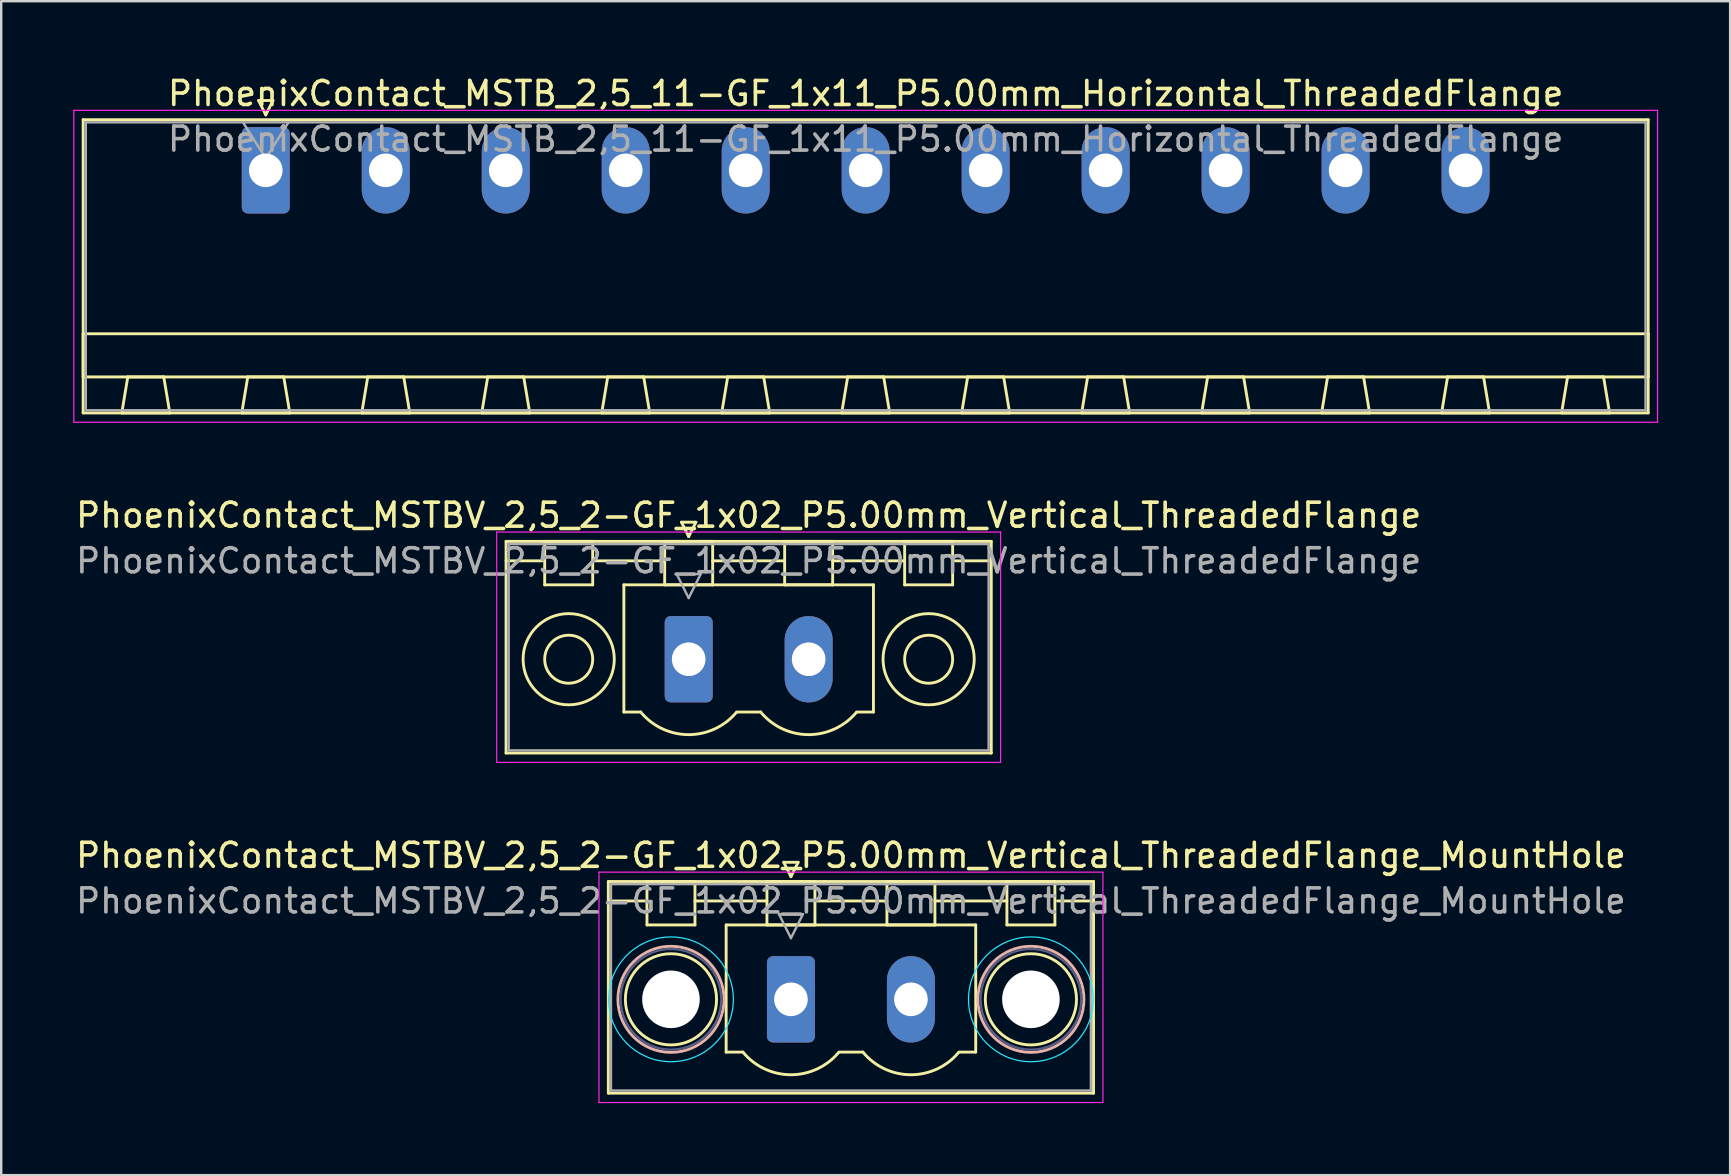
<source format=kicad_pcb>
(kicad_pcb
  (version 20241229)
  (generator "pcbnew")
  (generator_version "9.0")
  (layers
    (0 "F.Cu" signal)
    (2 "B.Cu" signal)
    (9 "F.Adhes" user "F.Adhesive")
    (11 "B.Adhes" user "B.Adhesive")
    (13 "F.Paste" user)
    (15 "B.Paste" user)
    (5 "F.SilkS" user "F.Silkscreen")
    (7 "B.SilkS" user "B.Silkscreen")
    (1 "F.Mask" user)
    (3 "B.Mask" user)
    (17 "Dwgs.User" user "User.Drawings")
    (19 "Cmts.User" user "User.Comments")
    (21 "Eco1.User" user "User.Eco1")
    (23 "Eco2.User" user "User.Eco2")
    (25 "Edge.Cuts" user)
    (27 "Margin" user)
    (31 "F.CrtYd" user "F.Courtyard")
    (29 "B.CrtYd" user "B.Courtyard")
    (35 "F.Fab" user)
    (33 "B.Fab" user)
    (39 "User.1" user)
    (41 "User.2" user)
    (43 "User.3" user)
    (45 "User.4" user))
  (footprint "PhoenixContact_MSTB_2,5_11-GF_1x11_P5.00mm_Horizontal_ThreadedFlange"
    (layer "F.Cu")
    (at 8.025 4.048)
    (property "Reference" "PhoenixContact_MSTB_2,5_11-GF_1x11_P5.00mm_Horizontal_ThreadedFlange" (at 25 -3.2 0) (layer "F.SilkS") (effects (font (size 1 1) (thickness 0.15))))
    (attr through_hole)
    (fp_line (start -7.61 -2.11) (end -7.61 10.11) (stroke (width 0.12) (type solid)) (layer "F.SilkS"))
    (fp_line (start -7.61 6.81) (end 57.61 6.81) (stroke (width 0.12) (type solid)) (layer "F.SilkS"))
    (fp_line (start -7.61 8.61) (end -7.61 6.81) (stroke (width 0.12) (type solid)) (layer "F.SilkS"))
    (fp_line (start -7.61 10.11) (end 57.61 10.11) (stroke (width 0.12) (type solid)) (layer "F.SilkS"))
    (fp_line (start -6 10.11) (end -4 10.11) (stroke (width 0.12) (type solid)) (layer "F.SilkS"))
    (fp_line (start -5.75 8.61) (end -6 10.11) (stroke (width 0.12) (type solid)) (layer "F.SilkS"))
    (fp_line (start -4.25 8.61) (end -5.75 8.61) (stroke (width 0.12) (type solid)) (layer "F.SilkS"))
    (fp_line (start -4 10.11) (end -4.25 8.61) (stroke (width 0.12) (type solid)) (layer "F.SilkS"))
    (fp_line (start -1 10.11) (end 1 10.11) (stroke (width 0.12) (type solid)) (layer "F.SilkS"))
    (fp_line (start -0.75 8.61) (end -1 10.11) (stroke (width 0.12) (type solid)) (layer "F.SilkS"))
    (fp_line (start -0.3 -2.91) (end 0.3 -2.91) (stroke (width 0.12) (type solid)) (layer "F.SilkS"))
    (fp_line (start 0 -2.31) (end -0.3 -2.91) (stroke (width 0.12) (type solid)) (layer "F.SilkS"))
    (fp_line (start 0.3 -2.91) (end 0 -2.31) (stroke (width 0.12) (type solid)) (layer "F.SilkS"))
    (fp_line (start 0.75 8.61) (end -0.75 8.61) (stroke (width 0.12) (type solid)) (layer "F.SilkS"))
    (fp_line (start 1 10.11) (end 0.75 8.61) (stroke (width 0.12) (type solid)) (layer "F.SilkS"))
    (fp_line (start 4 10.11) (end 6 10.11) (stroke (width 0.12) (type solid)) (layer "F.SilkS"))
    (fp_line (start 4.25 8.61) (end 4 10.11) (stroke (width 0.12) (type solid)) (layer "F.SilkS"))
    (fp_line (start 5.75 8.61) (end 4.25 8.61) (stroke (width 0.12) (type solid)) (layer "F.SilkS"))
    (fp_line (start 6 10.11) (end 5.75 8.61) (stroke (width 0.12) (type solid)) (layer "F.SilkS"))
    (fp_line (start 9 10.11) (end 11 10.11) (stroke (width 0.12) (type solid)) (layer "F.SilkS"))
    (fp_line (start 9.25 8.61) (end 9 10.11) (stroke (width 0.12) (type solid)) (layer "F.SilkS"))
    (fp_line (start 10.75 8.61) (end 9.25 8.61) (stroke (width 0.12) (type solid)) (layer "F.SilkS"))
    (fp_line (start 11 10.11) (end 10.75 8.61) (stroke (width 0.12) (type solid)) (layer "F.SilkS"))
    (fp_line (start 14 10.11) (end 16 10.11) (stroke (width 0.12) (type solid)) (layer "F.SilkS"))
    (fp_line (start 14.25 8.61) (end 14 10.11) (stroke (width 0.12) (type solid)) (layer "F.SilkS"))
    (fp_line (start 15.75 8.61) (end 14.25 8.61) (stroke (width 0.12) (type solid)) (layer "F.SilkS"))
    (fp_line (start 16 10.11) (end 15.75 8.61) (stroke (width 0.12) (type solid)) (layer "F.SilkS"))
    (fp_line (start 19 10.11) (end 21 10.11) (stroke (width 0.12) (type solid)) (layer "F.SilkS"))
    (fp_line (start 19.25 8.61) (end 19 10.11) (stroke (width 0.12) (type solid)) (layer "F.SilkS"))
    (fp_line (start 20.75 8.61) (end 19.25 8.61) (stroke (width 0.12) (type solid)) (layer "F.SilkS"))
    (fp_line (start 21 10.11) (end 20.75 8.61) (stroke (width 0.12) (type solid)) (layer "F.SilkS"))
    (fp_line (start 24 10.11) (end 26 10.11) (stroke (width 0.12) (type solid)) (layer "F.SilkS"))
    (fp_line (start 24.25 8.61) (end 24 10.11) (stroke (width 0.12) (type solid)) (layer "F.SilkS"))
    (fp_line (start 25.75 8.61) (end 24.25 8.61) (stroke (width 0.12) (type solid)) (layer "F.SilkS"))
    (fp_line (start 26 10.11) (end 25.75 8.61) (stroke (width 0.12) (type solid)) (layer "F.SilkS"))
    (fp_line (start 29 10.11) (end 31 10.11) (stroke (width 0.12) (type solid)) (layer "F.SilkS"))
    (fp_line (start 29.25 8.61) (end 29 10.11) (stroke (width 0.12) (type solid)) (layer "F.SilkS"))
    (fp_line (start 30.75 8.61) (end 29.25 8.61) (stroke (width 0.12) (type solid)) (layer "F.SilkS"))
    (fp_line (start 31 10.11) (end 30.75 8.61) (stroke (width 0.12) (type solid)) (layer "F.SilkS"))
    (fp_line (start 34 10.11) (end 36 10.11) (stroke (width 0.12) (type solid)) (layer "F.SilkS"))
    (fp_line (start 34.25 8.61) (end 34 10.11) (stroke (width 0.12) (type solid)) (layer "F.SilkS"))
    (fp_line (start 35.75 8.61) (end 34.25 8.61) (stroke (width 0.12) (type solid)) (layer "F.SilkS"))
    (fp_line (start 36 10.11) (end 35.75 8.61) (stroke (width 0.12) (type solid)) (layer "F.SilkS"))
    (fp_line (start 39 10.11) (end 41 10.11) (stroke (width 0.12) (type solid)) (layer "F.SilkS"))
    (fp_line (start 39.25 8.61) (end 39 10.11) (stroke (width 0.12) (type solid)) (layer "F.SilkS"))
    (fp_line (start 40.75 8.61) (end 39.25 8.61) (stroke (width 0.12) (type solid)) (layer "F.SilkS"))
    (fp_line (start 41 10.11) (end 40.75 8.61) (stroke (width 0.12) (type solid)) (layer "F.SilkS"))
    (fp_line (start 44 10.11) (end 46 10.11) (stroke (width 0.12) (type solid)) (layer "F.SilkS"))
    (fp_line (start 44.25 8.61) (end 44 10.11) (stroke (width 0.12) (type solid)) (layer "F.SilkS"))
    (fp_line (start 45.75 8.61) (end 44.25 8.61) (stroke (width 0.12) (type solid)) (layer "F.SilkS"))
    (fp_line (start 46 10.11) (end 45.75 8.61) (stroke (width 0.12) (type solid)) (layer "F.SilkS"))
    (fp_line (start 49 10.11) (end 51 10.11) (stroke (width 0.12) (type solid)) (layer "F.SilkS"))
    (fp_line (start 49.25 8.61) (end 49 10.11) (stroke (width 0.12) (type solid)) (layer "F.SilkS"))
    (fp_line (start 50.75 8.61) (end 49.25 8.61) (stroke (width 0.12) (type solid)) (layer "F.SilkS"))
    (fp_line (start 51 10.11) (end 50.75 8.61) (stroke (width 0.12) (type solid)) (layer "F.SilkS"))
    (fp_line (start 54 10.11) (end 56 10.11) (stroke (width 0.12) (type solid)) (layer "F.SilkS"))
    (fp_line (start 54.25 8.61) (end 54 10.11) (stroke (width 0.12) (type solid)) (layer "F.SilkS"))
    (fp_line (start 55.75 8.61) (end 54.25 8.61) (stroke (width 0.12) (type solid)) (layer "F.SilkS"))
    (fp_line (start 56 10.11) (end 55.75 8.61) (stroke (width 0.12) (type solid)) (layer "F.SilkS"))
    (fp_line (start 57.61 -2.11) (end -7.61 -2.11) (stroke (width 0.12) (type solid)) (layer "F.SilkS"))
    (fp_line (start 57.61 6.81) (end 57.61 8.61) (stroke (width 0.12) (type solid)) (layer "F.SilkS"))
    (fp_line (start 57.61 8.61) (end -7.61 8.61) (stroke (width 0.12) (type solid)) (layer "F.SilkS"))
    (fp_line (start 57.61 10.11) (end 57.61 -2.11) (stroke (width 0.12) (type solid)) (layer "F.SilkS"))
    (fp_line (start -8 -2.5) (end -8 10.5) (stroke (width 0.05) (type solid)) (layer "F.CrtYd"))
    (fp_line (start -8 10.5) (end 58 10.5) (stroke (width 0.05) (type solid)) (layer "F.CrtYd"))
    (fp_line (start 58 -2.5) (end -8 -2.5) (stroke (width 0.05) (type solid)) (layer "F.CrtYd"))
    (fp_line (start 58 10.5) (end 58 -2.5) (stroke (width 0.05) (type solid)) (layer "F.CrtYd"))
    (fp_line (start -7.5 -2) (end -7.5 10) (stroke (width 0.1) (type solid)) (layer "F.Fab"))
    (fp_line (start -7.5 10) (end 57.5 10) (stroke (width 0.1) (type solid)) (layer "F.Fab"))
    (fp_line (start 0 -0.5) (end -0.95 -2) (stroke (width 0.1) (type solid)) (layer "F.Fab"))
    (fp_line (start 0.95 -2) (end 0 -0.5) (stroke (width 0.1) (type solid)) (layer "F.Fab"))
    (fp_line (start 57.5 -2) (end -7.5 -2) (stroke (width 0.1) (type solid)) (layer "F.Fab"))
    (fp_line (start 57.5 10) (end 57.5 -2) (stroke (width 0.1) (type solid)) (layer "F.Fab"))
    (fp_text user "${REFERENCE}" (at 25 -1.3 0) (layer "F.Fab") (effects (font (size 1 1) (thickness 0.15))))
    (pad "1" thru_hole roundrect (at 0 0) (size 2 3.6) (drill 1.4) (layers "*.Cu" "*.Mask") (roundrect_rratio 0.125))
    (pad "2" thru_hole oval (at 5 0) (size 2 3.6) (drill 1.4) (layers "*.Cu" "*.Mask"))
    (pad "3" thru_hole oval (at 10 0) (size 2 3.6) (drill 1.4) (layers "*.Cu" "*.Mask"))
    (pad "4" thru_hole oval (at 15 0) (size 2 3.6) (drill 1.4) (layers "*.Cu" "*.Mask"))
    (pad "5" thru_hole oval (at 20 0) (size 2 3.6) (drill 1.4) (layers "*.Cu" "*.Mask"))
    (pad "6" thru_hole oval (at 25 0) (size 2 3.6) (drill 1.4) (layers "*.Cu" "*.Mask"))
    (pad "7" thru_hole oval (at 30 0) (size 2 3.6) (drill 1.4) (layers "*.Cu" "*.Mask"))
    (pad "8" thru_hole oval (at 35 0) (size 2 3.6) (drill 1.4) (layers "*.Cu" "*.Mask"))
    (pad "9" thru_hole oval (at 40 0) (size 2 3.6) (drill 1.4) (layers "*.Cu" "*.Mask"))
    (pad "10" thru_hole oval (at 45 0) (size 2 3.6) (drill 1.4) (layers "*.Cu" "*.Mask"))
    (pad "11" thru_hole oval (at 50 0) (size 2 3.6) (drill 1.4) (layers "*.Cu" "*.Mask")))
  (footprint "PhoenixContact_MSTBV_2,5_2-GF_1x02_P5.00mm_Vertical_ThreadedFlange"
    (layer "F.Cu")
    (at 25.649 24.422)
    (property "Reference" "PhoenixContact_MSTBV_2,5_2-GF_1x02_P5.00mm_Vertical_ThreadedFlange" (at 2.5 -6 0) (layer "F.SilkS") (effects (font (size 1 1) (thickness 0.15))))
    (attr through_hole)
    (fp_line (start -7.61 -4.91) (end -7.61 3.91) (stroke (width 0.12) (type solid)) (layer "F.SilkS"))
    (fp_line (start -7.61 -4.1) (end -6.11 -4.1) (stroke (width 0.12) (type solid)) (layer "F.SilkS"))
    (fp_line (start -7.61 3.91) (end 12.61 3.91) (stroke (width 0.12) (type solid)) (layer "F.SilkS"))
    (fp_line (start -6 -4.91) (end -4 -4.91) (stroke (width 0.12) (type solid)) (layer "F.SilkS"))
    (fp_line (start -6 -3.1) (end -6 -4.91) (stroke (width 0.12) (type solid)) (layer "F.SilkS"))
    (fp_line (start -4 -4.91) (end -4 -3.1) (stroke (width 0.12) (type solid)) (layer "F.SilkS"))
    (fp_line (start -4 -4.1) (end -1 -4.1) (stroke (width 0.12) (type solid)) (layer "F.SilkS"))
    (fp_line (start -4 -3.1) (end -6 -3.1) (stroke (width 0.12) (type solid)) (layer "F.SilkS"))
    (fp_line (start -2.7 -3.1) (end 7.7 -3.1) (stroke (width 0.12) (type solid)) (layer "F.SilkS"))
    (fp_line (start -2.7 2.2) (end -2.7 -3.1) (stroke (width 0.12) (type solid)) (layer "F.SilkS"))
    (fp_line (start -2 2.2) (end -2.7 2.2) (stroke (width 0.12) (type solid)) (layer "F.SilkS"))
    (fp_line (start -1 -4.91) (end 1 -4.91) (stroke (width 0.12) (type solid)) (layer "F.SilkS"))
    (fp_line (start -1 -3.1) (end -1 -4.91) (stroke (width 0.12) (type solid)) (layer "F.SilkS"))
    (fp_line (start -0.3 -5.71) (end 0.3 -5.71) (stroke (width 0.12) (type solid)) (layer "F.SilkS"))
    (fp_line (start 0 -5.11) (end -0.3 -5.71) (stroke (width 0.12) (type solid)) (layer "F.SilkS"))
    (fp_line (start 0.3 -5.71) (end 0 -5.11) (stroke (width 0.12) (type solid)) (layer "F.SilkS"))
    (fp_line (start 1 -4.91) (end 1 -3.1) (stroke (width 0.12) (type solid)) (layer "F.SilkS"))
    (fp_line (start 1 -4.1) (end 4 -4.1) (stroke (width 0.12) (type solid)) (layer "F.SilkS"))
    (fp_line (start 1 -3.1) (end -1 -3.1) (stroke (width 0.12) (type solid)) (layer "F.SilkS"))
    (fp_line (start 2 2.2) (end 3 2.2) (stroke (width 0.12) (type solid)) (layer "F.SilkS"))
    (fp_line (start 4 -4.91) (end 6 -4.91) (stroke (width 0.12) (type solid)) (layer "F.SilkS"))
    (fp_line (start 4 -3.1) (end 4 -4.91) (stroke (width 0.12) (type solid)) (layer "F.SilkS"))
    (fp_line (start 6 -4.91) (end 6 -3.1) (stroke (width 0.12) (type solid)) (layer "F.SilkS"))
    (fp_line (start 6 -4.1) (end 9 -4.1) (stroke (width 0.12) (type solid)) (layer "F.SilkS"))
    (fp_line (start 6 -3.1) (end 4 -3.1) (stroke (width 0.12) (type solid)) (layer "F.SilkS"))
    (fp_line (start 7.7 -3.1) (end 7.7 2.2) (stroke (width 0.12) (type solid)) (layer "F.SilkS"))
    (fp_line (start 7.7 2.2) (end 7 2.2) (stroke (width 0.12) (type solid)) (layer "F.SilkS"))
    (fp_line (start 9 -4.91) (end 11 -4.91) (stroke (width 0.12) (type solid)) (layer "F.SilkS"))
    (fp_line (start 9 -3.1) (end 9 -4.91) (stroke (width 0.12) (type solid)) (layer "F.SilkS"))
    (fp_line (start 11 -4.91) (end 11 -3.1) (stroke (width 0.12) (type solid)) (layer "F.SilkS"))
    (fp_line (start 11 -3.1) (end 9 -3.1) (stroke (width 0.12) (type solid)) (layer "F.SilkS"))
    (fp_line (start 12.61 -4.91) (end -7.61 -4.91) (stroke (width 0.12) (type solid)) (layer "F.SilkS"))
    (fp_line (start 12.61 -4.1) (end 11.11 -4.1) (stroke (width 0.12) (type solid)) (layer "F.SilkS"))
    (fp_line (start 12.61 3.91) (end 12.61 -4.91) (stroke (width 0.12) (type solid)) (layer "F.SilkS"))
    (fp_arc (start 1.986842 2.215821) (mid -0.010289 3.142758) (end -2 2.2) (stroke (width 0.12) (type solid)) (layer "F.SilkS"))
    (fp_arc (start 6.986842 2.215821) (mid 4.989711 3.142758) (end 3 2.2) (stroke (width 0.12) (type solid)) (layer "F.SilkS"))
    (fp_circle (center -5 0) (end -4 0) (stroke (width 0.12) (type solid)) (fill no) (layer "F.SilkS"))
    (fp_circle (center -5 0) (end -3.1 0) (stroke (width 0.12) (type solid)) (fill no) (layer "F.SilkS"))
    (fp_circle (center 10 0) (end 11 0) (stroke (width 0.12) (type solid)) (fill no) (layer "F.SilkS"))
    (fp_circle (center 10 0) (end 11.9 0) (stroke (width 0.12) (type solid)) (fill no) (layer "F.SilkS"))
    (fp_line (start -8 -5.3) (end -8 4.3) (stroke (width 0.05) (type solid)) (layer "F.CrtYd"))
    (fp_line (start -8 4.3) (end 13 4.3) (stroke (width 0.05) (type solid)) (layer "F.CrtYd"))
    (fp_line (start 13 -5.3) (end -8 -5.3) (stroke (width 0.05) (type solid)) (layer "F.CrtYd"))
    (fp_line (start 13 4.3) (end 13 -5.3) (stroke (width 0.05) (type solid)) (layer "F.CrtYd"))
    (fp_line (start -7.5 -4.8) (end -7.5 3.8) (stroke (width 0.1) (type solid)) (layer "F.Fab"))
    (fp_line (start -7.5 3.8) (end 12.5 3.8) (stroke (width 0.1) (type solid)) (layer "F.Fab"))
    (fp_line (start -0.5 -3.55) (end 0.5 -3.55) (stroke (width 0.1) (type solid)) (layer "F.Fab"))
    (fp_line (start 0 -2.55) (end -0.5 -3.55) (stroke (width 0.1) (type solid)) (layer "F.Fab"))
    (fp_line (start 0.5 -3.55) (end 0 -2.55) (stroke (width 0.1) (type solid)) (layer "F.Fab"))
    (fp_line (start 12.5 -4.8) (end -7.5 -4.8) (stroke (width 0.1) (type solid)) (layer "F.Fab"))
    (fp_line (start 12.5 3.8) (end 12.5 -4.8) (stroke (width 0.1) (type solid)) (layer "F.Fab"))
    (fp_text user "${REFERENCE}" (at 2.5 -4.1 0) (layer "F.Fab") (effects (font (size 1 1) (thickness 0.15))))
    (pad "1" thru_hole roundrect (at 0 0) (size 2 3.6) (drill 1.4) (layers "*.Cu" "*.Mask") (roundrect_rratio 0.125))
    (pad "2" thru_hole oval (at 5 0) (size 2 3.6) (drill 1.4) (layers "*.Cu" "*.Mask")))
  (footprint "PhoenixContact_MSTBV_2,5_2-GF_1x02_P5.00mm_Vertical_ThreadedFlange_MountHole"
    (layer "F.Cu")
    (at 29.911 38.595)
    (property "Reference" "PhoenixContact_MSTBV_2,5_2-GF_1x02_P5.00mm_Vertical_ThreadedFlange_MountHole" (at 2.5 -6 0) (layer "F.SilkS") (effects (font (size 1 1) (thickness 0.15))))
    (attr through_hole)
    (fp_line (start -7.61 -4.91) (end -7.61 3.91) (stroke (width 0.12) (type solid)) (layer "F.SilkS"))
    (fp_line (start -7.61 -4.1) (end -6.11 -4.1) (stroke (width 0.12) (type solid)) (layer "F.SilkS"))
    (fp_line (start -7.61 3.91) (end 12.61 3.91) (stroke (width 0.12) (type solid)) (layer "F.SilkS"))
    (fp_line (start -6 -4.91) (end -4 -4.91) (stroke (width 0.12) (type solid)) (layer "F.SilkS"))
    (fp_line (start -6 -3.1) (end -6 -4.91) (stroke (width 0.12) (type solid)) (layer "F.SilkS"))
    (fp_line (start -4 -4.91) (end -4 -3.1) (stroke (width 0.12) (type solid)) (layer "F.SilkS"))
    (fp_line (start -4 -4.1) (end -1 -4.1) (stroke (width 0.12) (type solid)) (layer "F.SilkS"))
    (fp_line (start -4 -3.1) (end -6 -3.1) (stroke (width 0.12) (type solid)) (layer "F.SilkS"))
    (fp_line (start -2.7 -3.1) (end 7.7 -3.1) (stroke (width 0.12) (type solid)) (layer "F.SilkS"))
    (fp_line (start -2.7 2.2) (end -2.7 -3.1) (stroke (width 0.12) (type solid)) (layer "F.SilkS"))
    (fp_line (start -2 2.2) (end -2.7 2.2) (stroke (width 0.12) (type solid)) (layer "F.SilkS"))
    (fp_line (start -1 -4.91) (end 1 -4.91) (stroke (width 0.12) (type solid)) (layer "F.SilkS"))
    (fp_line (start -1 -3.1) (end -1 -4.91) (stroke (width 0.12) (type solid)) (layer "F.SilkS"))
    (fp_line (start -0.3 -5.71) (end 0.3 -5.71) (stroke (width 0.12) (type solid)) (layer "F.SilkS"))
    (fp_line (start 0 -5.11) (end -0.3 -5.71) (stroke (width 0.12) (type solid)) (layer "F.SilkS"))
    (fp_line (start 0.3 -5.71) (end 0 -5.11) (stroke (width 0.12) (type solid)) (layer "F.SilkS"))
    (fp_line (start 1 -4.91) (end 1 -3.1) (stroke (width 0.12) (type solid)) (layer "F.SilkS"))
    (fp_line (start 1 -4.1) (end 4 -4.1) (stroke (width 0.12) (type solid)) (layer "F.SilkS"))
    (fp_line (start 1 -3.1) (end -1 -3.1) (stroke (width 0.12) (type solid)) (layer "F.SilkS"))
    (fp_line (start 2 2.2) (end 3 2.2) (stroke (width 0.12) (type solid)) (layer "F.SilkS"))
    (fp_line (start 4 -4.91) (end 6 -4.91) (stroke (width 0.12) (type solid)) (layer "F.SilkS"))
    (fp_line (start 4 -3.1) (end 4 -4.91) (stroke (width 0.12) (type solid)) (layer "F.SilkS"))
    (fp_line (start 6 -4.91) (end 6 -3.1) (stroke (width 0.12) (type solid)) (layer "F.SilkS"))
    (fp_line (start 6 -4.1) (end 9 -4.1) (stroke (width 0.12) (type solid)) (layer "F.SilkS"))
    (fp_line (start 6 -3.1) (end 4 -3.1) (stroke (width 0.12) (type solid)) (layer "F.SilkS"))
    (fp_line (start 7.7 -3.1) (end 7.7 2.2) (stroke (width 0.12) (type solid)) (layer "F.SilkS"))
    (fp_line (start 7.7 2.2) (end 7 2.2) (stroke (width 0.12) (type solid)) (layer "F.SilkS"))
    (fp_line (start 9 -4.91) (end 11 -4.91) (stroke (width 0.12) (type solid)) (layer "F.SilkS"))
    (fp_line (start 9 -3.1) (end 9 -4.91) (stroke (width 0.12) (type solid)) (layer "F.SilkS"))
    (fp_line (start 11 -4.91) (end 11 -3.1) (stroke (width 0.12) (type solid)) (layer "F.SilkS"))
    (fp_line (start 11 -3.1) (end 9 -3.1) (stroke (width 0.12) (type solid)) (layer "F.SilkS"))
    (fp_line (start 12.61 -4.91) (end -7.61 -4.91) (stroke (width 0.12) (type solid)) (layer "F.SilkS"))
    (fp_line (start 12.61 -4.1) (end 11.11 -4.1) (stroke (width 0.12) (type solid)) (layer "F.SilkS"))
    (fp_line (start 12.61 3.91) (end 12.61 -4.91) (stroke (width 0.12) (type solid)) (layer "F.SilkS"))
    (fp_arc (start 1.986842 2.215821) (mid -0.010289 3.142758) (end -2 2.2) (stroke (width 0.12) (type solid)) (layer "F.SilkS"))
    (fp_arc (start 6.986842 2.215821) (mid 4.989711 3.142758) (end 3 2.2) (stroke (width 0.12) (type solid)) (layer "F.SilkS"))
    (fp_circle (center -5 0) (end -3.1 0) (stroke (width 0.12) (type solid)) (fill no) (layer "F.SilkS"))
    (fp_circle (center 10 0) (end 11.9 0) (stroke (width 0.12) (type solid)) (fill no) (layer "F.SilkS"))
    (fp_circle (center -5 0) (end -2.79 0) (stroke (width 0.12) (type solid)) (fill no) (layer "B.SilkS"))
    (fp_circle (center 10 0) (end 12.21 0) (stroke (width 0.12) (type solid)) (fill no) (layer "B.SilkS"))
    (fp_circle (center -5 0) (end -2.4 0) (stroke (width 0.05) (type solid)) (fill no) (layer "B.CrtYd"))
    (fp_circle (center 10 0) (end 12.6 0) (stroke (width 0.05) (type solid)) (fill no) (layer "B.CrtYd"))
    (fp_line (start -8 -5.3) (end -8 4.3) (stroke (width 0.05) (type solid)) (layer "F.CrtYd"))
    (fp_line (start -8 4.3) (end 13 4.3) (stroke (width 0.05) (type solid)) (layer "F.CrtYd"))
    (fp_line (start 13 -5.3) (end -8 -5.3) (stroke (width 0.05) (type solid)) (layer "F.CrtYd"))
    (fp_line (start 13 4.3) (end 13 -5.3) (stroke (width 0.05) (type solid)) (layer "F.CrtYd"))
    (fp_circle (center -5 0) (end -2.9 0) (stroke (width 0.1) (type solid)) (fill no) (layer "B.Fab"))
    (fp_circle (center 10 0) (end 12.1 0) (stroke (width 0.1) (type solid)) (fill no) (layer "B.Fab"))
    (fp_line (start -7.5 -4.8) (end -7.5 3.8) (stroke (width 0.1) (type solid)) (layer "F.Fab"))
    (fp_line (start -7.5 3.8) (end 12.5 3.8) (stroke (width 0.1) (type solid)) (layer "F.Fab"))
    (fp_line (start -0.5 -3.55) (end 0.5 -3.55) (stroke (width 0.1) (type solid)) (layer "F.Fab"))
    (fp_line (start 0 -2.55) (end -0.5 -3.55) (stroke (width 0.1) (type solid)) (layer "F.Fab"))
    (fp_line (start 0.5 -3.55) (end 0 -2.55) (stroke (width 0.1) (type solid)) (layer "F.Fab"))
    (fp_line (start 12.5 -4.8) (end -7.5 -4.8) (stroke (width 0.1) (type solid)) (layer "F.Fab"))
    (fp_line (start 12.5 3.8) (end 12.5 -4.8) (stroke (width 0.1) (type solid)) (layer "F.Fab"))
    (fp_text user "${REFERENCE}" (at 2.5 -4.1 0) (layer "F.Fab") (effects (font (size 1 1) (thickness 0.15))))
    (pad "" np_thru_hole circle (at -5 0) (size 2.4 2.4) (drill 2.4) (layers "*.Cu" "*.Mask"))
    (pad "" np_thru_hole circle (at 10 0) (size 2.4 2.4) (drill 2.4) (layers "*.Cu" "*.Mask"))
    (pad "1" thru_hole roundrect (at 0 0) (size 2 3.6) (drill 1.4) (layers "*.Cu" "*.Mask") (roundrect_rratio 0.125))
    (pad "2" thru_hole oval (at 5 0) (size 2 3.6) (drill 1.4) (layers "*.Cu" "*.Mask")))
  (gr_rect
    (start -3 -3)
    (end 69.05 45.92)
    (stroke (width 0.1) (type default))
    (fill no)
    (layer "Edge.Cuts")))
</source>
